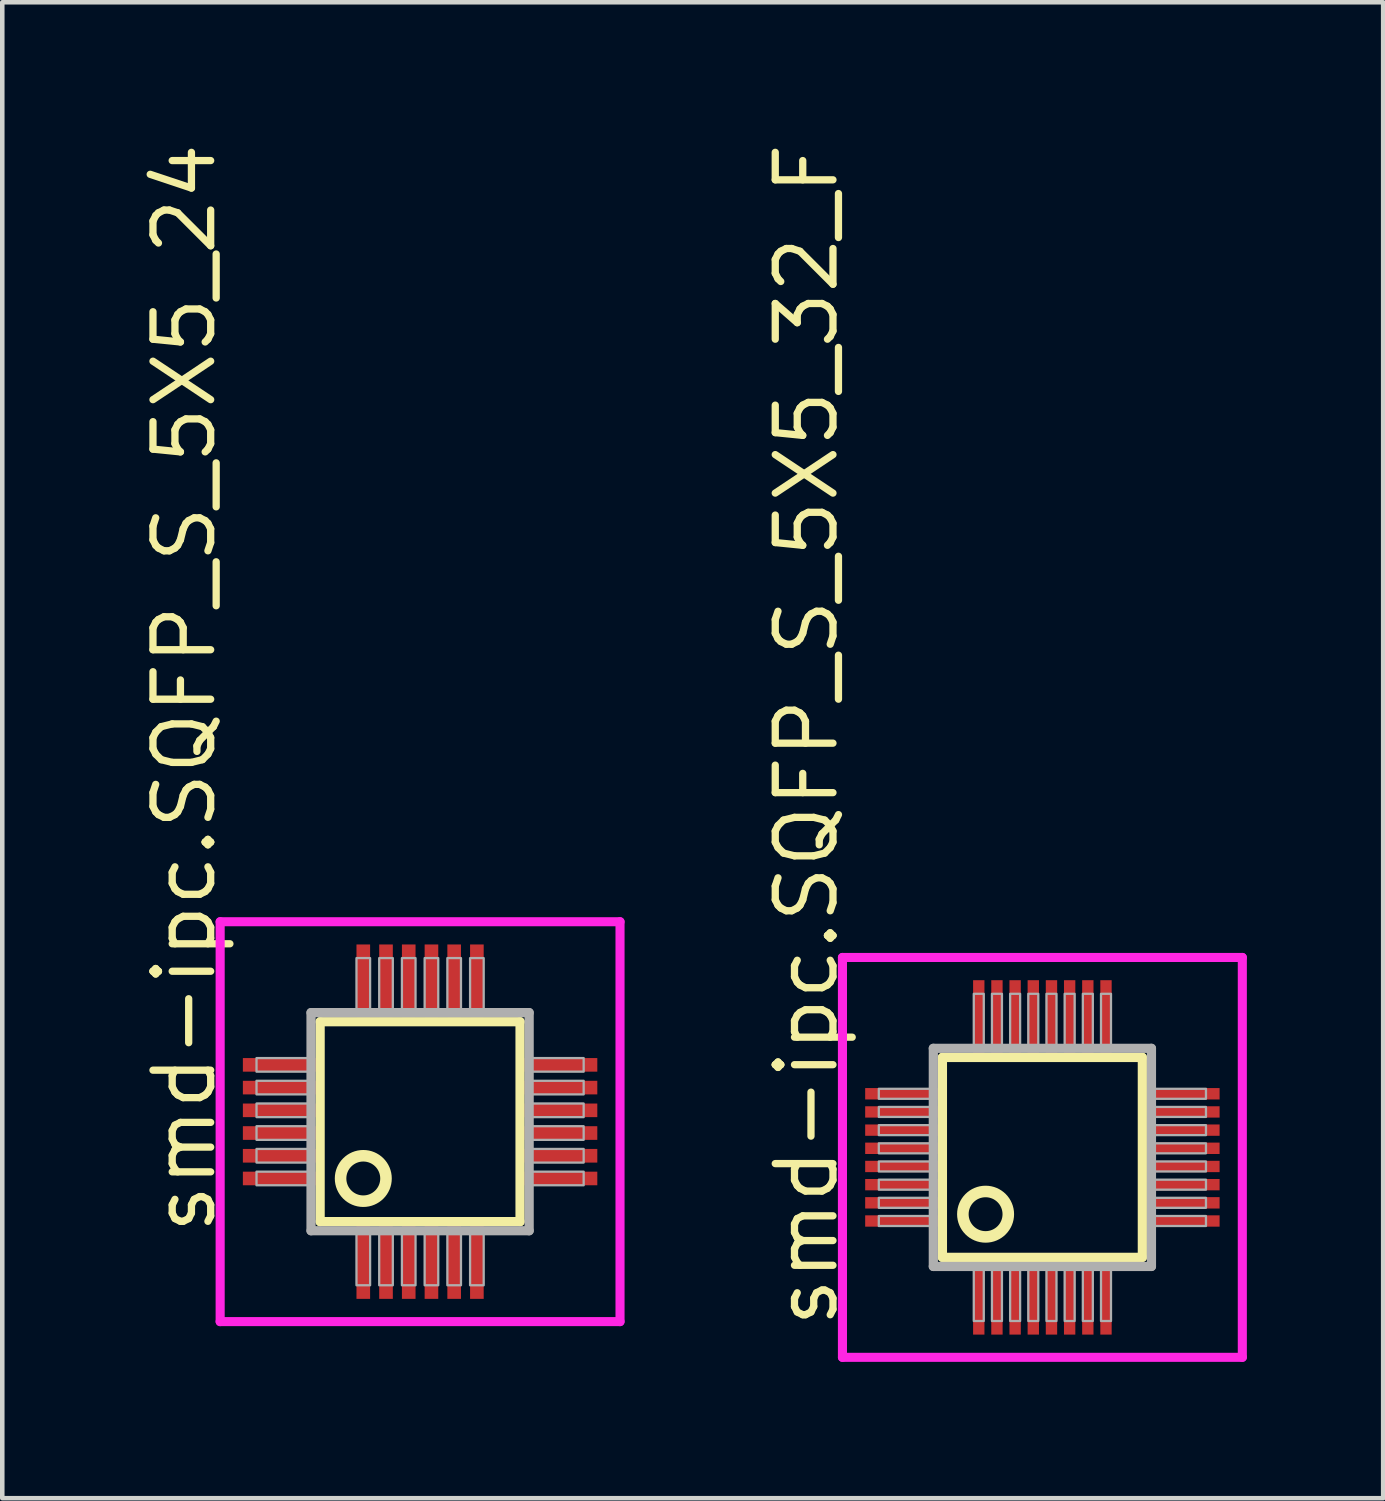
<source format=kicad_pcb>
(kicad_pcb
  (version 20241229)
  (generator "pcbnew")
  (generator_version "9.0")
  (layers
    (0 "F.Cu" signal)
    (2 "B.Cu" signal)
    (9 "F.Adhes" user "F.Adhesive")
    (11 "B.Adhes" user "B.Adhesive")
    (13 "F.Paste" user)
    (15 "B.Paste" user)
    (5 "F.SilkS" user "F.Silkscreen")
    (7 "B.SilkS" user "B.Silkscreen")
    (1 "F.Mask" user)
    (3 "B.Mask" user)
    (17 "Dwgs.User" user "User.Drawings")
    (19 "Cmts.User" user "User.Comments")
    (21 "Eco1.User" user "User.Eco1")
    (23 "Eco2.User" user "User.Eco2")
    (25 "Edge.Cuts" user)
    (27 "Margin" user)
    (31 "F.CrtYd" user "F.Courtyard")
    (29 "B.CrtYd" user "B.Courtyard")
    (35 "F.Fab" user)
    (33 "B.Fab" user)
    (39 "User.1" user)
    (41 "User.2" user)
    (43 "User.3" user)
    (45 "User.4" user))
  (footprint "smd-ipc.SQFP_S_5X5_24"
    (layer "F.Cu")
    (at 6.195 21.635)
    (property "Reference" "smd-ipc.SQFP_S_5X5_24" (at -4.445 2.54 90) (layer "F.SilkS") (effects (font (size 1.27 1.27) (thickness 0.16)) (justify left bottom)))
    (attr smd)
    (fp_line (start -2.2 -2.2) (end 2.2 -2.2) (stroke (width 0.203) (type default)) (layer "F.SilkS"))
    (fp_line (start -2.2 2.2) (end -2.2 -2.2) (stroke (width 0.203) (type default)) (layer "F.SilkS"))
    (fp_line (start 2.2 -2.2) (end 2.2 2.2) (stroke (width 0.203) (type default)) (layer "F.SilkS"))
    (fp_line (start 2.2 2.2) (end -2.2 2.2) (stroke (width 0.203) (type default)) (layer "F.SilkS"))
    (fp_circle (center -1.25 1.25) (end -0.75 1.25) (stroke (width 0.254) (type default)) (fill no) (layer "F.SilkS"))
    (fp_line (start -4.4 -4.4) (end 4.4 -4.4) (stroke (width 0.2) (type default)) (layer "F.CrtYd"))
    (fp_line (start -4.4 4.4) (end -4.4 -4.4) (stroke (width 0.2) (type default)) (layer "F.CrtYd"))
    (fp_line (start 4.4 -4.4) (end 4.4 4.4) (stroke (width 0.2) (type default)) (layer "F.CrtYd"))
    (fp_line (start 4.4 4.4) (end -4.4 4.4) (stroke (width 0.2) (type default)) (layer "F.CrtYd"))
    (fp_line (start -2.4 -2.4) (end -2.4 2.4) (stroke (width 0.203) (type default)) (layer "F.Fab"))
    (fp_line (start -2.4 2.4) (end 2.4 2.4) (stroke (width 0.203) (type default)) (layer "F.Fab"))
    (fp_line (start 2.4 -2.4) (end -2.4 -2.4) (stroke (width 0.203) (type default)) (layer "F.Fab"))
    (fp_line (start 2.4 2.4) (end 2.4 -2.4) (stroke (width 0.203) (type default)) (layer "F.Fab"))
    (fp_rect (start -3.6 -1.1) (end -2.45 -1.4) (stroke (width 0.05) (type default)) (fill no) (layer "F.Fab"))
    (fp_rect (start -3.6 -0.6) (end -2.45 -0.9) (stroke (width 0.05) (type default)) (fill no) (layer "F.Fab"))
    (fp_rect (start -3.6 -0.1) (end -2.45 -0.4) (stroke (width 0.05) (type default)) (fill no) (layer "F.Fab"))
    (fp_rect (start -3.6 0.4) (end -2.45 0.1) (stroke (width 0.05) (type default)) (fill no) (layer "F.Fab"))
    (fp_rect (start -3.6 0.9) (end -2.45 0.6) (stroke (width 0.05) (type default)) (fill no) (layer "F.Fab"))
    (fp_rect (start -3.6 1.4) (end -2.45 1.1) (stroke (width 0.05) (type default)) (fill no) (layer "F.Fab"))
    (fp_rect (start -1.4 -2.45) (end -1.1 -3.6) (stroke (width 0.05) (type default)) (fill no) (layer "F.Fab"))
    (fp_rect (start -1.4 3.6) (end -1.1 2.45) (stroke (width 0.05) (type default)) (fill no) (layer "F.Fab"))
    (fp_rect (start -0.9 -2.45) (end -0.6 -3.6) (stroke (width 0.05) (type default)) (fill no) (layer "F.Fab"))
    (fp_rect (start -0.9 3.6) (end -0.6 2.45) (stroke (width 0.05) (type default)) (fill no) (layer "F.Fab"))
    (fp_rect (start -0.4 -2.45) (end -0.1 -3.6) (stroke (width 0.05) (type default)) (fill no) (layer "F.Fab"))
    (fp_rect (start -0.4 3.6) (end -0.1 2.45) (stroke (width 0.05) (type default)) (fill no) (layer "F.Fab"))
    (fp_rect (start 0.1 -2.45) (end 0.4 -3.6) (stroke (width 0.05) (type default)) (fill no) (layer "F.Fab"))
    (fp_rect (start 0.1 3.6) (end 0.4 2.45) (stroke (width 0.05) (type default)) (fill no) (layer "F.Fab"))
    (fp_rect (start 0.6 -2.45) (end 0.9 -3.6) (stroke (width 0.05) (type default)) (fill no) (layer "F.Fab"))
    (fp_rect (start 0.6 3.6) (end 0.9 2.45) (stroke (width 0.05) (type default)) (fill no) (layer "F.Fab"))
    (fp_rect (start 1.1 -2.45) (end 1.4 -3.6) (stroke (width 0.05) (type default)) (fill no) (layer "F.Fab"))
    (fp_rect (start 1.1 3.6) (end 1.4 2.45) (stroke (width 0.05) (type default)) (fill no) (layer "F.Fab"))
    (fp_rect (start 2.45 -1.1) (end 3.6 -1.4) (stroke (width 0.05) (type default)) (fill no) (layer "F.Fab"))
    (fp_rect (start 2.45 -0.6) (end 3.6 -0.9) (stroke (width 0.05) (type default)) (fill no) (layer "F.Fab"))
    (fp_rect (start 2.45 -0.1) (end 3.6 -0.4) (stroke (width 0.05) (type default)) (fill no) (layer "F.Fab"))
    (fp_rect (start 2.45 0.4) (end 3.6 0.1) (stroke (width 0.05) (type default)) (fill no) (layer "F.Fab"))
    (fp_rect (start 2.45 0.9) (end 3.6 0.6) (stroke (width 0.05) (type default)) (fill no) (layer "F.Fab"))
    (fp_rect (start 2.45 1.4) (end 3.6 1.1) (stroke (width 0.05) (type default)) (fill no) (layer "F.Fab"))
    (pad "1" smd roundrect (at -1.25 3.1) (size 0.3 1.6) (layers "F.Cu" "F.Mask" "F.Paste") (roundrect_rratio 0.01))
    (pad "2" smd roundrect (at -0.75 3.1) (size 0.3 1.6) (layers "F.Cu" "F.Mask" "F.Paste") (roundrect_rratio 0.01))
    (pad "3" smd roundrect (at -0.25 3.1) (size 0.3 1.6) (layers "F.Cu" "F.Mask" "F.Paste") (roundrect_rratio 0.01))
    (pad "4" smd roundrect (at 0.25 3.1) (size 0.3 1.6) (layers "F.Cu" "F.Mask" "F.Paste") (roundrect_rratio 0.01))
    (pad "5" smd roundrect (at 0.75 3.1) (size 0.3 1.6) (layers "F.Cu" "F.Mask" "F.Paste") (roundrect_rratio 0.01))
    (pad "6" smd roundrect (at 1.25 3.1) (size 0.3 1.6) (layers "F.Cu" "F.Mask" "F.Paste") (roundrect_rratio 0.01))
    (pad "7" smd roundrect (at 3.1 1.25) (size 1.6 0.3) (layers "F.Cu" "F.Mask" "F.Paste") (roundrect_rratio 0.01))
    (pad "8" smd roundrect (at 3.1 0.75) (size 1.6 0.3) (layers "F.Cu" "F.Mask" "F.Paste") (roundrect_rratio 0.01))
    (pad "9" smd roundrect (at 3.1 0.25) (size 1.6 0.3) (layers "F.Cu" "F.Mask" "F.Paste") (roundrect_rratio 0.01))
    (pad "10" smd roundrect (at 3.1 -0.25) (size 1.6 0.3) (layers "F.Cu" "F.Mask" "F.Paste") (roundrect_rratio 0.01))
    (pad "11" smd roundrect (at 3.1 -0.75) (size 1.6 0.3) (layers "F.Cu" "F.Mask" "F.Paste") (roundrect_rratio 0.01))
    (pad "12" smd roundrect (at 3.1 -1.25) (size 1.6 0.3) (layers "F.Cu" "F.Mask" "F.Paste") (roundrect_rratio 0.01))
    (pad "13" smd roundrect (at 1.25 -3.1) (size 0.3 1.6) (layers "F.Cu" "F.Mask" "F.Paste") (roundrect_rratio 0.01))
    (pad "14" smd roundrect (at 0.75 -3.1) (size 0.3 1.6) (layers "F.Cu" "F.Mask" "F.Paste") (roundrect_rratio 0.01))
    (pad "15" smd roundrect (at 0.25 -3.1) (size 0.3 1.6) (layers "F.Cu" "F.Mask" "F.Paste") (roundrect_rratio 0.01))
    (pad "16" smd roundrect (at -0.25 -3.1) (size 0.3 1.6) (layers "F.Cu" "F.Mask" "F.Paste") (roundrect_rratio 0.01))
    (pad "17" smd roundrect (at -0.75 -3.1) (size 0.3 1.6) (layers "F.Cu" "F.Mask" "F.Paste") (roundrect_rratio 0.01))
    (pad "18" smd roundrect (at -1.25 -3.1) (size 0.3 1.6) (layers "F.Cu" "F.Mask" "F.Paste") (roundrect_rratio 0.01))
    (pad "19" smd roundrect (at -3.1 -1.25) (size 1.6 0.3) (layers "F.Cu" "F.Mask" "F.Paste") (roundrect_rratio 0.01))
    (pad "20" smd roundrect (at -3.1 -0.75) (size 1.6 0.3) (layers "F.Cu" "F.Mask" "F.Paste") (roundrect_rratio 0.01))
    (pad "21" smd roundrect (at -3.1 -0.25) (size 1.6 0.3) (layers "F.Cu" "F.Mask" "F.Paste") (roundrect_rratio 0.01))
    (pad "22" smd roundrect (at -3.1 0.25) (size 1.6 0.3) (layers "F.Cu" "F.Mask" "F.Paste") (roundrect_rratio 0.01))
    (pad "23" smd roundrect (at -3.1 0.75) (size 1.6 0.3) (layers "F.Cu" "F.Mask" "F.Paste") (roundrect_rratio 0.01))
    (pad "24" smd roundrect (at -3.1 1.25) (size 1.6 0.3) (layers "F.Cu" "F.Mask" "F.Paste") (roundrect_rratio 0.01)))
  (footprint "smd-ipc.SQFP_S_5X5_32_F"
    (layer "F.Cu")
    (at 19.89 22.421)
    (property "Reference" "smd-ipc.SQFP_S_5X5_32_F" (at -4.445 3.81 90) (layer "F.SilkS") (effects (font (size 1.27 1.27) (thickness 0.16)) (justify left bottom)))
    (attr smd)
    (fp_line (start -2.2 -2.2) (end 2.2 -2.2) (stroke (width 0.203) (type default)) (layer "F.SilkS"))
    (fp_line (start -2.2 2.2) (end -2.2 -2.2) (stroke (width 0.203) (type default)) (layer "F.SilkS"))
    (fp_line (start 2.2 -2.2) (end 2.2 2.2) (stroke (width 0.203) (type default)) (layer "F.SilkS"))
    (fp_line (start 2.2 2.2) (end -2.2 2.2) (stroke (width 0.203) (type default)) (layer "F.SilkS"))
    (fp_circle (center -1.25 1.25) (end -0.75 1.25) (stroke (width 0.254) (type default)) (fill no) (layer "F.SilkS"))
    (fp_line (start -4.4 -4.4) (end 4.4 -4.4) (stroke (width 0.2) (type default)) (layer "F.CrtYd"))
    (fp_line (start -4.4 4.4) (end -4.4 -4.4) (stroke (width 0.2) (type default)) (layer "F.CrtYd"))
    (fp_line (start 4.4 -4.4) (end 4.4 4.4) (stroke (width 0.2) (type default)) (layer "F.CrtYd"))
    (fp_line (start 4.4 4.4) (end -4.4 4.4) (stroke (width 0.2) (type default)) (layer "F.CrtYd"))
    (fp_line (start -2.4 -2.4) (end -2.4 2.4) (stroke (width 0.203) (type default)) (layer "F.Fab"))
    (fp_line (start -2.4 2.4) (end 2.4 2.4) (stroke (width 0.203) (type default)) (layer "F.Fab"))
    (fp_line (start 2.4 -2.4) (end -2.4 -2.4) (stroke (width 0.203) (type default)) (layer "F.Fab"))
    (fp_line (start 2.4 2.4) (end 2.4 -2.4) (stroke (width 0.203) (type default)) (layer "F.Fab"))
    (fp_rect (start -3.6 -1.29) (end -2.45 -1.51) (stroke (width 0.05) (type default)) (fill no) (layer "F.Fab"))
    (fp_rect (start -3.6 -0.89) (end -2.45 -1.11) (stroke (width 0.05) (type default)) (fill no) (layer "F.Fab"))
    (fp_rect (start -3.6 -0.49) (end -2.45 -0.71) (stroke (width 0.05) (type default)) (fill no) (layer "F.Fab"))
    (fp_rect (start -3.6 -0.09) (end -2.45 -0.31) (stroke (width 0.05) (type default)) (fill no) (layer "F.Fab"))
    (fp_rect (start -3.6 0.31) (end -2.45 0.09) (stroke (width 0.05) (type default)) (fill no) (layer "F.Fab"))
    (fp_rect (start -3.6 0.71) (end -2.45 0.49) (stroke (width 0.05) (type default)) (fill no) (layer "F.Fab"))
    (fp_rect (start -3.6 1.11) (end -2.45 0.89) (stroke (width 0.05) (type default)) (fill no) (layer "F.Fab"))
    (fp_rect (start -3.6 1.51) (end -2.45 1.29) (stroke (width 0.05) (type default)) (fill no) (layer "F.Fab"))
    (fp_rect (start -1.51 -2.45) (end -1.29 -3.6) (stroke (width 0.05) (type default)) (fill no) (layer "F.Fab"))
    (fp_rect (start -1.51 3.6) (end -1.29 2.45) (stroke (width 0.05) (type default)) (fill no) (layer "F.Fab"))
    (fp_rect (start -1.11 -2.45) (end -0.89 -3.6) (stroke (width 0.05) (type default)) (fill no) (layer "F.Fab"))
    (fp_rect (start -1.11 3.6) (end -0.89 2.45) (stroke (width 0.05) (type default)) (fill no) (layer "F.Fab"))
    (fp_rect (start -0.71 -2.45) (end -0.49 -3.6) (stroke (width 0.05) (type default)) (fill no) (layer "F.Fab"))
    (fp_rect (start -0.71 3.6) (end -0.49 2.45) (stroke (width 0.05) (type default)) (fill no) (layer "F.Fab"))
    (fp_rect (start -0.31 -2.45) (end -0.09 -3.6) (stroke (width 0.05) (type default)) (fill no) (layer "F.Fab"))
    (fp_rect (start -0.31 3.6) (end -0.09 2.45) (stroke (width 0.05) (type default)) (fill no) (layer "F.Fab"))
    (fp_rect (start 0.09 -2.45) (end 0.31 -3.6) (stroke (width 0.05) (type default)) (fill no) (layer "F.Fab"))
    (fp_rect (start 0.09 3.6) (end 0.31 2.45) (stroke (width 0.05) (type default)) (fill no) (layer "F.Fab"))
    (fp_rect (start 0.49 -2.45) (end 0.71 -3.6) (stroke (width 0.05) (type default)) (fill no) (layer "F.Fab"))
    (fp_rect (start 0.49 3.6) (end 0.71 2.45) (stroke (width 0.05) (type default)) (fill no) (layer "F.Fab"))
    (fp_rect (start 0.89 -2.45) (end 1.11 -3.6) (stroke (width 0.05) (type default)) (fill no) (layer "F.Fab"))
    (fp_rect (start 0.89 3.6) (end 1.11 2.45) (stroke (width 0.05) (type default)) (fill no) (layer "F.Fab"))
    (fp_rect (start 1.29 -2.45) (end 1.51 -3.6) (stroke (width 0.05) (type default)) (fill no) (layer "F.Fab"))
    (fp_rect (start 1.29 3.6) (end 1.51 2.45) (stroke (width 0.05) (type default)) (fill no) (layer "F.Fab"))
    (fp_rect (start 2.45 -1.29) (end 3.6 -1.51) (stroke (width 0.05) (type default)) (fill no) (layer "F.Fab"))
    (fp_rect (start 2.45 -0.89) (end 3.6 -1.11) (stroke (width 0.05) (type default)) (fill no) (layer "F.Fab"))
    (fp_rect (start 2.45 -0.49) (end 3.6 -0.71) (stroke (width 0.05) (type default)) (fill no) (layer "F.Fab"))
    (fp_rect (start 2.45 -0.09) (end 3.6 -0.31) (stroke (width 0.05) (type default)) (fill no) (layer "F.Fab"))
    (fp_rect (start 2.45 0.31) (end 3.6 0.09) (stroke (width 0.05) (type default)) (fill no) (layer "F.Fab"))
    (fp_rect (start 2.45 0.71) (end 3.6 0.49) (stroke (width 0.05) (type default)) (fill no) (layer "F.Fab"))
    (fp_rect (start 2.45 1.11) (end 3.6 0.89) (stroke (width 0.05) (type default)) (fill no) (layer "F.Fab"))
    (fp_rect (start 2.45 1.51) (end 3.6 1.29) (stroke (width 0.05) (type default)) (fill no) (layer "F.Fab"))
    (pad "1" smd roundrect (at -1.4 3.1) (size 0.25 1.6) (layers "F.Cu" "F.Mask" "F.Paste") (roundrect_rratio 0.01))
    (pad "2" smd roundrect (at -1 3.1) (size 0.25 1.6) (layers "F.Cu" "F.Mask" "F.Paste") (roundrect_rratio 0.01))
    (pad "3" smd roundrect (at -0.6 3.1) (size 0.25 1.6) (layers "F.Cu" "F.Mask" "F.Paste") (roundrect_rratio 0.01))
    (pad "4" smd roundrect (at -0.2 3.1) (size 0.25 1.6) (layers "F.Cu" "F.Mask" "F.Paste") (roundrect_rratio 0.01))
    (pad "5" smd roundrect (at 0.2 3.1) (size 0.25 1.6) (layers "F.Cu" "F.Mask" "F.Paste") (roundrect_rratio 0.01))
    (pad "6" smd roundrect (at 0.6 3.1) (size 0.25 1.6) (layers "F.Cu" "F.Mask" "F.Paste") (roundrect_rratio 0.01))
    (pad "7" smd roundrect (at 1 3.1) (size 0.25 1.6) (layers "F.Cu" "F.Mask" "F.Paste") (roundrect_rratio 0.01))
    (pad "8" smd roundrect (at 1.4 3.1) (size 0.25 1.6) (layers "F.Cu" "F.Mask" "F.Paste") (roundrect_rratio 0.01))
    (pad "9" smd roundrect (at 3.1 1.4) (size 1.6 0.25) (layers "F.Cu" "F.Mask" "F.Paste") (roundrect_rratio 0.01))
    (pad "10" smd roundrect (at 3.1 1) (size 1.6 0.25) (layers "F.Cu" "F.Mask" "F.Paste") (roundrect_rratio 0.01))
    (pad "11" smd roundrect (at 3.1 0.6) (size 1.6 0.25) (layers "F.Cu" "F.Mask" "F.Paste") (roundrect_rratio 0.01))
    (pad "12" smd roundrect (at 3.1 0.2) (size 1.6 0.25) (layers "F.Cu" "F.Mask" "F.Paste") (roundrect_rratio 0.01))
    (pad "13" smd roundrect (at 3.1 -0.2) (size 1.6 0.25) (layers "F.Cu" "F.Mask" "F.Paste") (roundrect_rratio 0.01))
    (pad "14" smd roundrect (at 3.1 -0.6) (size 1.6 0.25) (layers "F.Cu" "F.Mask" "F.Paste") (roundrect_rratio 0.01))
    (pad "15" smd roundrect (at 3.1 -1) (size 1.6 0.25) (layers "F.Cu" "F.Mask" "F.Paste") (roundrect_rratio 0.01))
    (pad "16" smd roundrect (at 3.1 -1.4) (size 1.6 0.25) (layers "F.Cu" "F.Mask" "F.Paste") (roundrect_rratio 0.01))
    (pad "17" smd roundrect (at 1.4 -3.1) (size 0.25 1.6) (layers "F.Cu" "F.Mask" "F.Paste") (roundrect_rratio 0.01))
    (pad "18" smd roundrect (at 1 -3.1) (size 0.25 1.6) (layers "F.Cu" "F.Mask" "F.Paste") (roundrect_rratio 0.01))
    (pad "19" smd roundrect (at 0.6 -3.1) (size 0.25 1.6) (layers "F.Cu" "F.Mask" "F.Paste") (roundrect_rratio 0.01))
    (pad "20" smd roundrect (at 0.2 -3.1) (size 0.25 1.6) (layers "F.Cu" "F.Mask" "F.Paste") (roundrect_rratio 0.01))
    (pad "21" smd roundrect (at -0.2 -3.1) (size 0.25 1.6) (layers "F.Cu" "F.Mask" "F.Paste") (roundrect_rratio 0.01))
    (pad "22" smd roundrect (at -0.6 -3.1) (size 0.25 1.6) (layers "F.Cu" "F.Mask" "F.Paste") (roundrect_rratio 0.01))
    (pad "23" smd roundrect (at -1 -3.1) (size 0.25 1.6) (layers "F.Cu" "F.Mask" "F.Paste") (roundrect_rratio 0.01))
    (pad "24" smd roundrect (at -1.4 -3.1) (size 0.25 1.6) (layers "F.Cu" "F.Mask" "F.Paste") (roundrect_rratio 0.01))
    (pad "25" smd roundrect (at -3.1 -1.4) (size 1.6 0.25) (layers "F.Cu" "F.Mask" "F.Paste") (roundrect_rratio 0.01))
    (pad "26" smd roundrect (at -3.1 -1) (size 1.6 0.25) (layers "F.Cu" "F.Mask" "F.Paste") (roundrect_rratio 0.01))
    (pad "27" smd roundrect (at -3.1 -0.6) (size 1.6 0.25) (layers "F.Cu" "F.Mask" "F.Paste") (roundrect_rratio 0.01))
    (pad "28" smd roundrect (at -3.1 -0.2) (size 1.6 0.25) (layers "F.Cu" "F.Mask" "F.Paste") (roundrect_rratio 0.01))
    (pad "29" smd roundrect (at -3.1 0.2) (size 1.6 0.25) (layers "F.Cu" "F.Mask" "F.Paste") (roundrect_rratio 0.01))
    (pad "30" smd roundrect (at -3.1 0.6) (size 1.6 0.25) (layers "F.Cu" "F.Mask" "F.Paste") (roundrect_rratio 0.01))
    (pad "31" smd roundrect (at -3.1 1) (size 1.6 0.25) (layers "F.Cu" "F.Mask" "F.Paste") (roundrect_rratio 0.01))
    (pad "32" smd roundrect (at -3.1 1.4) (size 1.6 0.25) (layers "F.Cu" "F.Mask" "F.Paste") (roundrect_rratio 0.01)))
  (gr_rect
    (start -3 -3)
    (end 27.39 29.921)
    (stroke (width 0.1) (type default))
    (fill no)
    (layer "Edge.Cuts")))
</source>
